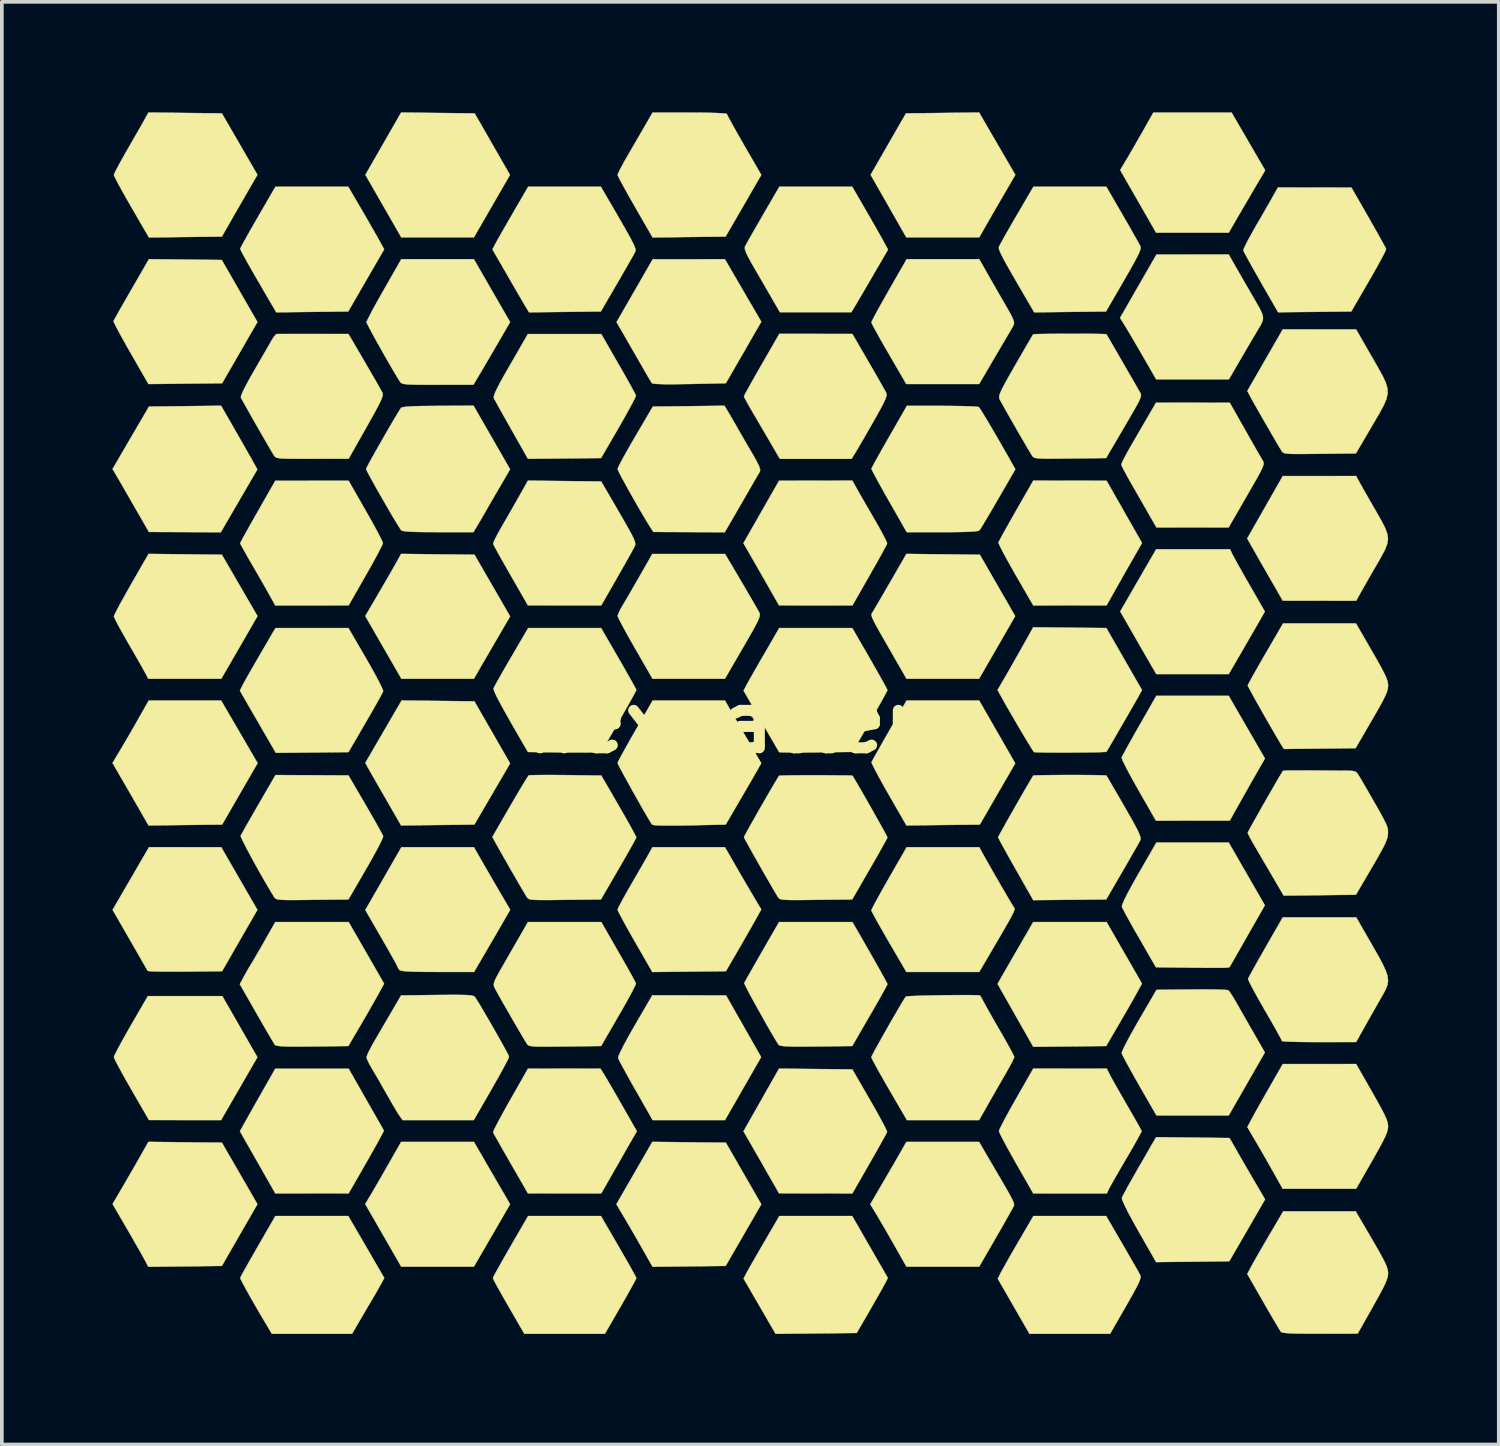
<source format=kicad_pcb>
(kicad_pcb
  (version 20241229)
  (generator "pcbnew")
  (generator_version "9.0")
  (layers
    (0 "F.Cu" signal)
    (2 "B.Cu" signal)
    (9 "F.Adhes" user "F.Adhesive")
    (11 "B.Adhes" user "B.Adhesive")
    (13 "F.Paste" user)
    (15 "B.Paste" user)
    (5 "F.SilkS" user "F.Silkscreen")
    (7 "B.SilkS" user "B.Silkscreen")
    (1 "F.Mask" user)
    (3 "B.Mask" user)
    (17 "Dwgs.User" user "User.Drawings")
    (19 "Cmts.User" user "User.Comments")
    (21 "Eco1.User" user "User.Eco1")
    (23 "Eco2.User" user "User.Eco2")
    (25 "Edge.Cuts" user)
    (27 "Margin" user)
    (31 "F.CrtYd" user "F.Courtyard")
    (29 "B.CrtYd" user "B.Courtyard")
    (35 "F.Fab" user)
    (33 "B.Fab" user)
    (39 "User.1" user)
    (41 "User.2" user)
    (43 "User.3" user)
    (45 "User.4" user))
  (footprint "hexpattern"
    (layer "F.Cu")
    (at 17.271 16.559)
    (property "Reference" "hexpattern" (at 0 0 0) (layer "F.SilkS") (effects (font (size 1.524 1.524) (thickness 0.3))))
    (attr through_hole)
    (fp_poly (pts (xy -7.437 -16.531) (xy -6.479 -14.861) (xy -6.969 -14.013) (xy -7.458 -13.166) (xy -9.428 -13.166) (xy -10.402 -14.864) (xy -9.917 -15.709) (xy -9.432 -16.554) (xy -7.437 -16.531)) (stroke (width 0.01) (type solid)) (fill yes) (layer "F.SilkS"))
    (fp_poly (pts (xy -7.445 -0.572) (xy -6.96 0.271) (xy -6.476 1.113) (xy -6.96 1.943) (xy -7.445 2.773) (xy -9.433 2.796) (xy -9.828 2.11) (xy -9.96 1.881) (xy -10.084 1.665) (xy -10.19 1.479) (xy -10.271 1.338) (xy -10.314 1.262) (xy -10.404 1.099) (xy -9.912 0.252) (xy -9.419 -0.594) (xy -7.445 -0.572)) (stroke (width 0.01) (type solid)) (fill yes) (layer "F.SilkS"))
    (fp_poly (pts (xy -6.967 12.233) (xy -6.476 13.079) (xy -6.967 13.927) (xy -7.459 14.774) (xy -9.429 14.774) (xy -9.918 13.923) (xy -10.407 13.073) (xy -10.263 12.833) (xy -10.192 12.712) (xy -10.089 12.536) (xy -9.968 12.326) (xy -9.839 12.101) (xy -9.776 11.991) (xy -9.432 11.388) (xy -7.457 11.388) (xy -6.967 12.233)) (stroke (width 0.01) (type solid)) (fill yes) (layer "F.SilkS"))
    (fp_poly (pts (xy -1.616 11.397) (xy -0.619 11.409) (xy -0.138 12.244) (xy 0.343 13.08) (xy -0.624 14.753) (xy -1.615 14.764) (xy -2.607 14.776) (xy -2.878 14.299) (xy -3.007 14.072) (xy -3.148 13.828) (xy -3.281 13.6) (xy -3.369 13.45) (xy -3.589 13.078) (xy -3.101 12.232) (xy -2.613 11.386) (xy -1.616 11.397)) (stroke (width 0.01) (type solid)) (fill yes) (layer "F.SilkS"))
    (fp_poly (pts (xy 14.02 -14.986) (xy 13.789 -14.594) (xy 13.668 -14.388) (xy 13.525 -14.144) (xy 13.382 -13.898) (xy 13.294 -13.748) (xy 13.031 -13.293) (xy 11.061 -13.293) (xy 10.086 -14.994) (xy 10.242 -15.255) (xy 10.324 -15.392) (xy 10.433 -15.58) (xy 10.556 -15.795) (xy 10.68 -16.012) (xy 10.692 -16.033) (xy 10.986 -16.552) (xy 12.048 -16.552) (xy 13.11 -16.552) (xy 14.02 -14.986)) (stroke (width 0.01) (type solid)) (fill yes) (layer "F.SilkS"))
    (fp_poly (pts (xy -13.824 0.256) (xy -13.329 1.105) (xy -13.811 1.939) (xy -14.292 2.773) (xy -16.289 2.796) (xy -16.417 2.573) (xy -16.482 2.459) (xy -16.579 2.29) (xy -16.697 2.085) (xy -16.826 1.861) (xy -16.905 1.726) (xy -17.266 1.102) (xy -17.045 0.731) (xy -16.931 0.538) (xy -16.794 0.304) (xy -16.654 0.061) (xy -16.554 -0.116) (xy -16.284 -0.593) (xy -14.318 -0.593) (xy -13.824 0.256)) (stroke (width 0.01) (type solid)) (fill yes) (layer "F.SilkS"))
    (fp_poly (pts (xy -8.438 -4.562) (xy -7.442 -4.551) (xy -6.958 -3.714) (xy -6.475 -2.877) (xy -6.765 -2.38) (xy -6.896 -2.156) (xy -7.033 -1.92) (xy -7.161 -1.699) (xy -7.257 -1.535) (xy -7.459 -1.185) (xy -9.425 -1.185) (xy -10.405 -2.887) (xy -10.042 -3.507) (xy -9.911 -3.732) (xy -9.785 -3.95) (xy -9.674 -4.142) (xy -9.59 -4.291) (xy -9.556 -4.351) (xy -9.433 -4.574) (xy -8.438 -4.562)) (stroke (width 0.01) (type solid)) (fill yes) (layer "F.SilkS"))
    (fp_poly (pts (xy 6.459 -16.204) (xy 6.562 -16.025) (xy 6.692 -15.803) (xy 6.83 -15.566) (xy 6.95 -15.359) (xy 7.239 -14.864) (xy 6.887 -14.258) (xy 6.756 -14.033) (xy 6.628 -13.812) (xy 6.515 -13.616) (xy 6.428 -13.464) (xy 6.396 -13.409) (xy 6.259 -13.166) (xy 4.281 -13.166) (xy 3.312 -14.864) (xy 3.792 -15.698) (xy 4.271 -16.531) (xy 5.264 -16.543) (xy 6.256 -16.554) (xy 6.459 -16.204)) (stroke (width 0.01) (type solid)) (fill yes) (layer "F.SilkS"))
    (fp_poly (pts (xy -1.614 7.409) (xy -0.614 7.41) (xy -0.137 8.248) (xy 0.339 9.085) (xy -0.152 9.94) (xy -0.643 10.795) (xy -2.605 10.795) (xy -3.063 9.991) (xy -3.199 9.752) (xy -3.32 9.533) (xy -3.421 9.348) (xy -3.495 9.208) (xy -3.536 9.125) (xy -3.541 9.111) (xy -3.527 9.048) (xy -3.47 8.921) (xy -3.376 8.736) (xy -3.247 8.5) (xy -3.088 8.221) (xy -2.614 7.408) (xy -1.614 7.409)) (stroke (width 0.01) (type solid)) (fill yes) (layer "F.SilkS"))
    (fp_poly (pts (xy 3.778 15.081) (xy 3.71 15.214) (xy 3.666 15.295) (xy 3.589 15.433) (xy 3.486 15.614) (xy 3.368 15.82) (xy 3.288 15.96) (xy 2.933 16.573) (xy 0.732 16.596) (xy 0.298 15.847) (xy -0.136 15.098) (xy -0.07 14.968) (xy -0.028 14.891) (xy 0.048 14.755) (xy 0.152 14.574) (xy 0.274 14.361) (xy 0.408 14.131) (xy 0.416 14.118) (xy 0.835 13.399) (xy 2.81 13.399) (xy 3.778 15.081)) (stroke (width 0.01) (type solid)) (fill yes) (layer "F.SilkS"))
    (fp_poly (pts (xy 9.716 5.42) (xy 10.196 6.255) (xy 10.676 7.09) (xy 10.541 7.336) (xy 10.472 7.459) (xy 10.372 7.636) (xy 10.251 7.846) (xy 10.12 8.071) (xy 10.056 8.183) (xy 9.705 8.784) (xy 7.726 8.805) (xy 7.242 7.952) (xy 6.758 7.099) (xy 6.856 6.926) (xy 6.909 6.832) (xy 6.996 6.681) (xy 7.107 6.489) (xy 7.233 6.271) (xy 7.34 6.086) (xy 7.726 5.419) (xy 9.716 5.42)) (stroke (width 0.01) (type solid)) (fill yes) (layer "F.SilkS"))
    (fp_poly (pts (xy -15.295 11.397) (xy -14.298 11.409) (xy -13.816 12.243) (xy -13.334 13.077) (xy -13.817 13.915) (xy -14.299 14.753) (xy -15.298 14.765) (xy -16.296 14.776) (xy -16.378 14.616) (xy -16.426 14.529) (xy -16.507 14.383) (xy -16.615 14.194) (xy -16.739 13.978) (xy -16.862 13.765) (xy -17.264 13.073) (xy -16.988 12.601) (xy -16.857 12.376) (xy -16.717 12.134) (xy -16.587 11.907) (xy -16.502 11.757) (xy -16.292 11.386) (xy -15.295 11.397)) (stroke (width 0.01) (type solid)) (fill yes) (layer "F.SilkS"))
    (fp_poly (pts (xy -13.826 4.237) (xy -13.335 5.088) (xy -13.814 5.92) (xy -14.293 6.752) (xy -15.292 6.764) (xy -15.575 6.765) (xy -15.828 6.765) (xy -16.039 6.761) (xy -16.198 6.756) (xy -16.292 6.748) (xy -16.312 6.742) (xy -16.338 6.698) (xy -16.399 6.591) (xy -16.491 6.432) (xy -16.605 6.233) (xy -16.736 6.005) (xy -16.797 5.899) (xy -17.264 5.088) (xy -16.277 3.388) (xy -15.297 3.387) (xy -14.317 3.387) (xy -13.826 4.237)) (stroke (width 0.01) (type solid)) (fill yes) (layer "F.SilkS"))
    (fp_poly (pts (xy -13.811 8.259) (xy -13.335 9.088) (xy -13.828 9.942) (xy -14.322 10.795) (xy -15.299 10.794) (xy -16.277 10.793) (xy -16.753 9.969) (xy -16.891 9.728) (xy -17.013 9.509) (xy -17.114 9.324) (xy -17.186 9.184) (xy -17.225 9.1) (xy -17.23 9.084) (xy -17.209 9.03) (xy -17.152 8.916) (xy -17.064 8.752) (xy -16.952 8.549) (xy -16.822 8.319) (xy -16.769 8.226) (xy -16.307 7.429) (xy -14.287 7.429) (xy -13.811 8.259)) (stroke (width 0.01) (type solid)) (fill yes) (layer "F.SilkS"))
    (fp_poly (pts (xy -10.379 10.241) (xy -9.9 11.082) (xy -9.998 11.269) (xy -10.052 11.368) (xy -10.138 11.523) (xy -10.249 11.719) (xy -10.374 11.94) (xy -10.477 12.12) (xy -10.858 12.784) (xy -12.848 12.783) (xy -13.328 11.94) (xy -13.808 11.098) (xy -13.646 10.807) (xy -13.564 10.661) (xy -13.453 10.465) (xy -13.327 10.241) (xy -13.197 10.014) (xy -13.166 9.958) (xy -12.848 9.4) (xy -11.853 9.4) (xy -10.858 9.4) (xy -10.379 10.241)) (stroke (width 0.01) (type solid)) (fill yes) (layer "F.SilkS"))
    (fp_poly (pts (xy 6.747 0.259) (xy 7.236 1.111) (xy 6.755 1.942) (xy 6.275 2.773) (xy 5.279 2.784) (xy 4.284 2.796) (xy 3.803 1.96) (xy 3.666 1.719) (xy 3.546 1.501) (xy 3.447 1.317) (xy 3.377 1.179) (xy 3.34 1.098) (xy 3.337 1.081) (xy 3.361 1.033) (xy 3.421 0.923) (xy 3.512 0.762) (xy 3.625 0.561) (xy 3.756 0.331) (xy 3.819 0.222) (xy 4.287 -0.593) (xy 6.258 -0.593) (xy 6.747 0.259)) (stroke (width 0.01) (type solid)) (fill yes) (layer "F.SilkS"))
    (fp_poly (pts (xy -15.29 -12.563) (xy -14.302 -12.552) (xy -13.818 -11.71) (xy -13.334 -10.868) (xy -13.813 -10.038) (xy -14.292 -9.207) (xy -15.292 -9.196) (xy -16.291 -9.185) (xy -16.771 -10.02) (xy -16.908 -10.261) (xy -17.029 -10.478) (xy -17.128 -10.66) (xy -17.198 -10.797) (xy -17.235 -10.877) (xy -17.239 -10.893) (xy -17.215 -10.939) (xy -17.155 -11.048) (xy -17.065 -11.208) (xy -16.951 -11.408) (xy -16.819 -11.637) (xy -16.752 -11.753) (xy -16.278 -12.574) (xy -15.29 -12.563)) (stroke (width 0.01) (type solid)) (fill yes) (layer "F.SilkS"))
    (fp_poly (pts (xy -13.949 -7.949) (xy -13.818 -7.72) (xy -13.692 -7.499) (xy -13.582 -7.305) (xy -13.496 -7.155) (xy -13.458 -7.085) (xy -13.336 -6.868) (xy -13.832 -6.015) (xy -14.328 -5.162) (xy -15.303 -5.166) (xy -16.278 -5.17) (xy -16.648 -5.813) (xy -16.779 -6.041) (xy -16.905 -6.26) (xy -17.016 -6.452) (xy -17.102 -6.601) (xy -17.141 -6.668) (xy -17.265 -6.879) (xy -16.771 -7.726) (xy -16.277 -8.572) (xy -15.298 -8.584) (xy -14.32 -8.595) (xy -13.949 -7.949)) (stroke (width 0.01) (type solid)) (fill yes) (layer "F.SilkS"))
    (fp_poly (pts (xy -0.151 -11.724) (xy 0.343 -10.876) (xy -0.138 -10.042) (xy -0.619 -9.207) (xy -1.604 -9.186) (xy -1.955 -9.181) (xy -2.236 -9.18) (xy -2.443 -9.185) (xy -2.574 -9.194) (xy -2.623 -9.207) (xy -2.659 -9.262) (xy -2.723 -9.37) (xy -2.804 -9.51) (xy -2.825 -9.546) (xy -2.912 -9.699) (xy -3.028 -9.9) (xy -3.156 -10.123) (xy -3.283 -10.343) (xy -3.289 -10.354) (xy -3.585 -10.865) (xy -3.094 -11.718) (xy -2.603 -12.572) (xy -1.624 -12.572) (xy -0.645 -12.573) (xy -0.151 -11.724)) (stroke (width 0.01) (type solid)) (fill yes) (layer "F.SilkS"))
    (fp_poly (pts (xy -10.518 -13.94) (xy -10.387 -13.715) (xy -10.26 -13.494) (xy -10.147 -13.297) (xy -10.061 -13.143) (xy -10.031 -13.09) (xy -9.894 -12.841) (xy -10.382 -11.998) (xy -10.869 -11.155) (xy -12.821 -11.132) (xy -13.051 -11.524) (xy -13.276 -11.911) (xy -13.463 -12.234) (xy -13.609 -12.492) (xy -13.715 -12.683) (xy -13.779 -12.805) (xy -13.8 -12.857) (xy -13.779 -12.901) (xy -13.722 -13.009) (xy -13.634 -13.167) (xy -13.522 -13.366) (xy -13.391 -13.595) (xy -13.321 -13.716) (xy -12.843 -14.541) (xy -10.869 -14.541) (xy -10.518 -13.94)) (stroke (width 0.01) (type solid)) (fill yes) (layer "F.SilkS"))
    (fp_poly (pts (xy 5.28 -4.562) (xy 6.276 -4.551) (xy 6.755 -3.718) (xy 7.235 -2.885) (xy 6.745 -2.035) (xy 6.255 -1.185) (xy 4.286 -1.185) (xy 4 -1.683) (xy 3.81 -2.013) (xy 3.659 -2.277) (xy 3.541 -2.483) (xy 3.455 -2.64) (xy 3.395 -2.755) (xy 3.357 -2.836) (xy 3.339 -2.891) (xy 3.335 -2.928) (xy 3.343 -2.955) (xy 3.357 -2.979) (xy 3.361 -2.984) (xy 3.398 -3.046) (xy 3.47 -3.168) (xy 3.57 -3.339) (xy 3.69 -3.545) (xy 3.823 -3.775) (xy 3.85 -3.821) (xy 4.284 -4.574) (xy 5.28 -4.562)) (stroke (width 0.01) (type solid)) (fill yes) (layer "F.SilkS"))
    (fp_poly (pts (xy 8.721 -6.56) (xy 9.716 -6.559) (xy 10.197 -5.714) (xy 10.678 -4.87) (xy 10.477 -4.52) (xy 10.374 -4.34) (xy 10.246 -4.117) (xy 10.111 -3.878) (xy 9.996 -3.674) (xy 9.716 -3.178) (xy 8.721 -3.177) (xy 7.726 -3.176) (xy 7.247 -4.005) (xy 7.11 -4.246) (xy 6.989 -4.464) (xy 6.891 -4.647) (xy 6.821 -4.786) (xy 6.785 -4.868) (xy 6.782 -4.884) (xy 6.806 -4.934) (xy 6.866 -5.046) (xy 6.955 -5.209) (xy 7.069 -5.411) (xy 7.199 -5.642) (xy 7.26 -5.748) (xy 7.726 -6.562) (xy 8.721 -6.56)) (stroke (width 0.01) (type solid)) (fill yes) (layer "F.SilkS"))
    (fp_poly (pts (xy 12.057 11.27) (xy 13.053 11.282) (xy 13.283 11.684) (xy 13.407 11.901) (xy 13.552 12.151) (xy 13.695 12.397) (xy 13.765 12.517) (xy 14.018 12.947) (xy 13.532 13.787) (xy 13.047 14.626) (xy 12.054 14.638) (xy 11.061 14.649) (xy 10.586 13.817) (xy 10.433 13.544) (xy 10.307 13.31) (xy 10.212 13.121) (xy 10.151 12.986) (xy 10.13 12.914) (xy 10.131 12.909) (xy 10.157 12.851) (xy 10.22 12.732) (xy 10.312 12.564) (xy 10.427 12.359) (xy 10.559 12.128) (xy 10.606 12.047) (xy 11.061 11.259) (xy 12.057 11.27)) (stroke (width 0.01) (type solid)) (fill yes) (layer "F.SilkS"))
    (fp_poly (pts (xy 13.12 -4.584) (xy 13.157 -4.513) (xy 13.229 -4.381) (xy 13.328 -4.203) (xy 13.447 -3.992) (xy 13.579 -3.762) (xy 13.592 -3.739) (xy 14.012 -3.009) (xy 13.774 -2.594) (xy 13.646 -2.372) (xy 13.498 -2.116) (xy 13.354 -1.867) (xy 13.283 -1.746) (xy 13.031 -1.312) (xy 11.067 -1.312) (xy 10.986 -1.45) (xy 10.939 -1.53) (xy 10.859 -1.669) (xy 10.753 -1.852) (xy 10.629 -2.067) (xy 10.496 -2.298) (xy 10.496 -2.3) (xy 10.087 -3.012) (xy 10.574 -3.855) (xy 11.062 -4.699) (xy 13.067 -4.699) (xy 13.12 -4.584)) (stroke (width 0.01) (type solid)) (fill yes) (layer "F.SilkS"))
    (fp_poly (pts (xy 1.82 9.409) (xy 2.815 9.419) (xy 3.292 10.245) (xy 3.43 10.485) (xy 3.55 10.701) (xy 3.649 10.883) (xy 3.719 11.02) (xy 3.755 11.1) (xy 3.758 11.115) (xy 3.735 11.164) (xy 3.675 11.274) (xy 3.585 11.436) (xy 3.472 11.637) (xy 3.342 11.867) (xy 3.281 11.972) (xy 2.816 12.785) (xy 1.821 12.783) (xy 0.826 12.782) (xy 0.423 12.078) (xy 0.292 11.848) (xy 0.169 11.634) (xy 0.065 11.452) (xy -0.015 11.314) (xy -0.059 11.237) (xy -0.139 11.099) (xy 0.343 10.249) (xy 0.826 9.399) (xy 1.82 9.409)) (stroke (width 0.01) (type solid)) (fill yes) (layer "F.SilkS"))
    (fp_poly (pts (xy -15.294 -4.562) (xy -14.299 -4.551) (xy -13.816 -3.718) (xy -13.332 -2.886) (xy -13.572 -2.47) (xy -13.701 -2.246) (xy -13.849 -1.99) (xy -13.994 -1.74) (xy -14.064 -1.619) (xy -14.316 -1.185) (xy -16.296 -1.185) (xy -16.367 -1.323) (xy -16.411 -1.403) (xy -16.489 -1.542) (xy -16.593 -1.725) (xy -16.715 -1.937) (xy -16.834 -2.142) (xy -16.959 -2.361) (xy -17.068 -2.556) (xy -17.154 -2.716) (xy -17.21 -2.828) (xy -17.23 -2.879) (xy -17.209 -2.93) (xy -17.152 -3.043) (xy -17.065 -3.207) (xy -16.953 -3.41) (xy -16.823 -3.641) (xy -16.759 -3.754) (xy -16.288 -4.574) (xy -15.294 -4.562)) (stroke (width 0.01) (type solid)) (fill yes) (layer "F.SilkS"))
    (fp_poly (pts (xy -10.379 14.24) (xy -9.891 15.082) (xy -10.01 15.299) (xy -10.102 15.462) (xy -10.201 15.633) (xy -10.244 15.706) (xy -10.319 15.831) (xy -10.418 16) (xy -10.525 16.182) (xy -10.562 16.245) (xy -10.765 16.595) (xy -12.941 16.595) (xy -13.124 16.288) (xy -13.259 16.061) (xy -13.392 15.831) (xy -13.517 15.612) (xy -13.627 15.416) (xy -13.716 15.254) (xy -13.775 15.139) (xy -13.799 15.083) (xy -13.8 15.082) (xy -13.779 15.037) (xy -13.722 14.93) (xy -13.634 14.772) (xy -13.522 14.574) (xy -13.391 14.345) (xy -13.322 14.224) (xy -12.845 13.399) (xy -10.868 13.399) (xy -10.379 14.24)) (stroke (width 0.01) (type solid)) (fill yes) (layer "F.SilkS"))
    (fp_poly (pts (xy 13.306 -0.243) (xy 13.437 -0.017) (xy 13.578 0.226) (xy 13.71 0.455) (xy 13.798 0.607) (xy 14.014 0.98) (xy 13.803 1.347) (xy 13.693 1.539) (xy 13.561 1.772) (xy 13.425 2.014) (xy 13.326 2.19) (xy 13.06 2.665) (xy 12.059 2.666) (xy 11.057 2.667) (xy 10.584 1.841) (xy 10.448 1.6) (xy 10.329 1.382) (xy 10.232 1.197) (xy 10.163 1.058) (xy 10.128 0.974) (xy 10.125 0.958) (xy 10.149 0.905) (xy 10.21 0.791) (xy 10.3 0.626) (xy 10.414 0.423) (xy 10.544 0.192) (xy 10.603 0.09) (xy 11.066 -0.72) (xy 13.032 -0.72) (xy 13.306 -0.243)) (stroke (width 0.01) (type solid)) (fill yes) (layer "F.SilkS"))
    (fp_poly (pts (xy -3.53 14.224) (xy -3.392 14.463) (xy -3.269 14.678) (xy -3.168 14.858) (xy -3.094 14.992) (xy -3.055 15.07) (xy -3.049 15.084) (xy -3.069 15.129) (xy -3.125 15.236) (xy -3.212 15.393) (xy -3.322 15.589) (xy -3.449 15.811) (xy -3.475 15.856) (xy -3.902 16.595) (xy -6.088 16.595) (xy -6.515 15.856) (xy -6.645 15.63) (xy -6.759 15.429) (xy -6.851 15.263) (xy -6.913 15.146) (xy -6.941 15.087) (xy -6.942 15.084) (xy -6.921 15.039) (xy -6.864 14.931) (xy -6.776 14.773) (xy -6.664 14.574) (xy -6.533 14.345) (xy -6.463 14.224) (xy -5.985 13.399) (xy -4.01 13.399) (xy -3.53 14.224)) (stroke (width 0.01) (type solid)) (fill yes) (layer "F.SilkS"))
    (fp_poly (pts (xy 2.939 -6.339) (xy 3.003 -6.225) (xy 3.1 -6.057) (xy 3.218 -5.852) (xy 3.347 -5.631) (xy 3.417 -5.509) (xy 3.535 -5.304) (xy 3.634 -5.122) (xy 3.709 -4.977) (xy 3.752 -4.883) (xy 3.759 -4.853) (xy 3.735 -4.803) (xy 3.675 -4.692) (xy 3.586 -4.529) (xy 3.473 -4.327) (xy 3.342 -4.097) (xy 3.282 -3.99) (xy 2.817 -3.175) (xy 1.821 -3.176) (xy 0.826 -3.177) (xy 0.434 -3.864) (xy 0.303 -4.093) (xy 0.18 -4.308) (xy 0.074 -4.493) (xy -0.007 -4.633) (xy -0.05 -4.707) (xy -0.141 -4.864) (xy 0.826 -6.559) (xy 1.82 -6.56) (xy 2.815 -6.562) (xy 2.939 -6.339)) (stroke (width 0.01) (type solid)) (fill yes) (layer "F.SilkS"))
    (fp_poly (pts (xy 10.147 14.161) (xy 10.282 14.394) (xy 10.405 14.608) (xy 10.509 14.788) (xy 10.585 14.923) (xy 10.627 15.001) (xy 10.632 15.009) (xy 10.64 15.05) (xy 10.628 15.111) (xy 10.593 15.203) (xy 10.528 15.334) (xy 10.43 15.515) (xy 10.294 15.755) (xy 10.243 15.845) (xy 9.811 16.595) (xy 7.624 16.595) (xy 7.458 16.309) (xy 7.369 16.154) (xy 7.253 15.953) (xy 7.128 15.735) (xy 7.028 15.561) (xy 6.763 15.1) (xy 6.851 14.926) (xy 6.901 14.834) (xy 6.985 14.684) (xy 7.094 14.491) (xy 7.22 14.273) (xy 7.335 14.076) (xy 7.73 13.399) (xy 9.704 13.399) (xy 10.147 14.161)) (stroke (width 0.01) (type solid)) (fill yes) (layer "F.SilkS"))
    (fp_poly (pts (xy -10.384 -1.736) (xy -10.246 -1.495) (xy -10.125 -1.276) (xy -10.027 -1.09) (xy -9.958 -0.949) (xy -9.923 -0.864) (xy -9.92 -0.847) (xy -9.946 -0.793) (xy -10.008 -0.677) (xy -10.1 -0.512) (xy -10.215 -0.309) (xy -10.348 -0.079) (xy -10.4 0.011) (xy -10.863 0.806) (xy -11.848 0.816) (xy -12.832 0.826) (xy -13.005 0.529) (xy -13.091 0.38) (xy -13.206 0.182) (xy -13.336 -0.043) (xy -13.467 -0.269) (xy -13.494 -0.315) (xy -13.809 -0.863) (xy -13.722 -1.035) (xy -13.672 -1.127) (xy -13.588 -1.277) (xy -13.479 -1.468) (xy -13.353 -1.686) (xy -13.238 -1.884) (xy -12.843 -2.561) (xy -10.864 -2.561) (xy -10.384 -1.736)) (stroke (width 0.01) (type solid)) (fill yes) (layer "F.SilkS"))
    (fp_poly (pts (xy -3.535 -9.73) (xy -3.398 -9.492) (xy -3.277 -9.277) (xy -3.177 -9.097) (xy -3.104 -8.963) (xy -3.064 -8.886) (xy -3.059 -8.873) (xy -3.077 -8.824) (xy -3.131 -8.714) (xy -3.217 -8.553) (xy -3.328 -8.352) (xy -3.458 -8.122) (xy -3.527 -8.001) (xy -4.006 -7.176) (xy -4.998 -7.166) (xy -5.99 -7.156) (xy -6.435 -7.941) (xy -6.569 -8.178) (xy -6.69 -8.394) (xy -6.792 -8.576) (xy -6.867 -8.713) (xy -6.91 -8.792) (xy -6.915 -8.802) (xy -6.917 -8.847) (xy -6.892 -8.926) (xy -6.838 -9.047) (xy -6.749 -9.218) (xy -6.623 -9.446) (xy -6.471 -9.71) (xy -5.992 -10.541) (xy -4 -10.541) (xy -3.535 -9.73)) (stroke (width 0.01) (type solid)) (fill yes) (layer "F.SilkS"))
    (fp_poly (pts (xy -7.319 3.63) (xy -7.249 3.752) (xy -7.147 3.928) (xy -7.026 4.138) (xy -6.895 4.364) (xy -6.827 4.48) (xy -6.473 5.086) (xy -6.673 5.432) (xy -6.775 5.609) (xy -6.903 5.83) (xy -7.041 6.066) (xy -7.163 6.276) (xy -7.454 6.773) (xy -8.439 6.773) (xy -8.787 6.772) (xy -9.058 6.767) (xy -9.256 6.759) (xy -9.388 6.747) (xy -9.46 6.731) (xy -9.474 6.723) (xy -9.519 6.663) (xy -9.525 6.643) (xy -9.545 6.599) (xy -9.602 6.493) (xy -9.689 6.337) (xy -9.799 6.141) (xy -9.927 5.918) (xy -9.964 5.853) (xy -10.404 5.092) (xy -9.914 4.239) (xy -9.424 3.387) (xy -7.457 3.387) (xy -7.319 3.63)) (stroke (width 0.01) (type solid)) (fill yes) (layer "F.SilkS"))
    (fp_poly (pts (xy -3.923 9.557) (xy -3.87 9.644) (xy -3.784 9.791) (xy -3.674 9.98) (xy -3.548 10.198) (xy -3.429 10.407) (xy -3.035 11.098) (xy -3.116 11.237) (xy -3.162 11.317) (xy -3.242 11.456) (xy -3.348 11.64) (xy -3.47 11.855) (xy -3.598 12.079) (xy -4 12.783) (xy -4.995 12.783) (xy -5.99 12.784) (xy -6.456 11.974) (xy -6.592 11.737) (xy -6.714 11.523) (xy -6.815 11.345) (xy -6.889 11.213) (xy -6.93 11.138) (xy -6.936 11.127) (xy -6.92 11.081) (xy -6.868 10.972) (xy -6.784 10.812) (xy -6.675 10.611) (xy -6.547 10.38) (xy -6.47 10.245) (xy -5.99 9.401) (xy -5.006 9.399) (xy -4.023 9.398) (xy -3.923 9.557)) (stroke (width 0.01) (type solid)) (fill yes) (layer "F.SilkS"))
    (fp_poly (pts (xy -0.358 3.884) (xy -0.228 4.109) (xy -0.09 4.346) (xy 0.039 4.566) (xy 0.136 4.73) (xy 0.343 5.078) (xy 0.086 5.534) (xy -0.043 5.76) (xy -0.184 6.007) (xy -0.318 6.239) (xy -0.395 6.371) (xy -0.618 6.752) (xy -2.614 6.775) (xy -3.085 5.955) (xy -3.222 5.715) (xy -3.343 5.498) (xy -3.442 5.315) (xy -3.514 5.178) (xy -3.552 5.098) (xy -3.556 5.083) (xy -3.536 5.03) (xy -3.479 4.918) (xy -3.393 4.759) (xy -3.284 4.566) (xy -3.182 4.388) (xy -3.052 4.164) (xy -2.929 3.952) (xy -2.823 3.768) (xy -2.744 3.629) (xy -2.709 3.567) (xy -2.609 3.387) (xy -0.643 3.387) (xy -0.358 3.884)) (stroke (width 0.01) (type solid)) (fill yes) (layer "F.SilkS"))
    (fp_poly (pts (xy 16.598 -6.487) (xy 16.659 -6.378) (xy 16.752 -6.215) (xy 16.865 -6.017) (xy 16.988 -5.804) (xy 17.032 -5.727) (xy 17.176 -5.475) (xy 17.277 -5.278) (xy 17.336 -5.118) (xy 17.355 -4.978) (xy 17.332 -4.839) (xy 17.271 -4.684) (xy 17.17 -4.496) (xy 17.096 -4.366) (xy 16.973 -4.153) (xy 16.845 -3.931) (xy 16.73 -3.729) (xy 16.662 -3.609) (xy 16.489 -3.302) (xy 15.494 -3.304) (xy 14.499 -3.305) (xy 14.118 -3.968) (xy 13.987 -4.196) (xy 13.864 -4.412) (xy 13.757 -4.599) (xy 13.675 -4.742) (xy 13.636 -4.812) (xy 13.534 -4.993) (xy 14.017 -5.84) (xy 14.499 -6.687) (xy 15.494 -6.687) (xy 16.489 -6.688) (xy 16.598 -6.487)) (stroke (width 0.01) (type solid)) (fill yes) (layer "F.SilkS"))
    (fp_poly (pts (xy 16.923 10.032) (xy 17.075 10.301) (xy 17.188 10.509) (xy 17.268 10.666) (xy 17.319 10.785) (xy 17.347 10.877) (xy 17.356 10.952) (xy 17.357 10.967) (xy 17.35 11.04) (xy 17.326 11.127) (xy 17.281 11.239) (xy 17.208 11.388) (xy 17.102 11.583) (xy 16.959 11.837) (xy 16.923 11.9) (xy 16.489 12.658) (xy 14.497 12.658) (xy 14.253 12.224) (xy 14.124 11.996) (xy 13.979 11.741) (xy 13.839 11.5) (xy 13.774 11.388) (xy 13.538 10.986) (xy 13.661 10.753) (xy 13.725 10.635) (xy 13.821 10.463) (xy 13.938 10.255) (xy 14.066 10.03) (xy 14.142 9.897) (xy 14.499 9.274) (xy 15.494 9.274) (xy 16.489 9.273) (xy 16.923 10.032)) (stroke (width 0.01) (type solid)) (fill yes) (layer "F.SilkS"))
    (fp_poly (pts (xy 13.521 4.112) (xy 14.012 4.964) (xy 13.538 5.794) (xy 13.402 6.034) (xy 13.28 6.247) (xy 13.179 6.425) (xy 13.104 6.555) (xy 13.062 6.628) (xy 13.055 6.639) (xy 13.037 6.649) (xy 12.989 6.655) (xy 12.903 6.66) (xy 12.77 6.662) (xy 12.581 6.662) (xy 12.327 6.66) (xy 11.998 6.657) (xy 11.952 6.656) (xy 11.056 6.645) (xy 10.604 5.861) (xy 10.468 5.625) (xy 10.347 5.409) (xy 10.247 5.228) (xy 10.174 5.091) (xy 10.135 5.011) (xy 10.131 5) (xy 10.146 4.937) (xy 10.202 4.808) (xy 10.296 4.621) (xy 10.426 4.382) (xy 10.587 4.097) (xy 10.591 4.092) (xy 11.07 3.26) (xy 13.03 3.26) (xy 13.521 4.112)) (stroke (width 0.01) (type solid)) (fill yes) (layer "F.SilkS"))
    (fp_poly (pts (xy -15.295 -16.543) (xy -14.299 -16.531) (xy -14.066 -16.129) (xy -13.94 -15.912) (xy -13.795 -15.661) (xy -13.652 -15.414) (xy -13.583 -15.295) (xy -13.334 -14.864) (xy -13.575 -14.449) (xy -13.706 -14.222) (xy -13.855 -13.964) (xy -13.998 -13.715) (xy -14.057 -13.61) (xy -14.299 -13.187) (xy -15.288 -13.176) (xy -16.278 -13.164) (xy -16.754 -13.985) (xy -16.892 -14.225) (xy -17.014 -14.442) (xy -17.114 -14.625) (xy -17.186 -14.763) (xy -17.225 -14.844) (xy -17.23 -14.86) (xy -17.209 -14.913) (xy -17.153 -15.025) (xy -17.068 -15.184) (xy -16.962 -15.374) (xy -16.884 -15.51) (xy -16.756 -15.733) (xy -16.633 -15.948) (xy -16.524 -16.137) (xy -16.442 -16.282) (xy -16.415 -16.331) (xy -16.291 -16.554) (xy -15.295 -16.543)) (stroke (width 0.01) (type solid)) (fill yes) (layer "F.SilkS"))
    (fp_poly (pts (xy 12.55 7.249) (xy 12.759 7.253) (xy 12.915 7.259) (xy 13.005 7.267) (xy 13.021 7.271) (xy 13.061 7.32) (xy 13.13 7.425) (xy 13.215 7.567) (xy 13.258 7.641) (xy 13.357 7.816) (xy 13.482 8.035) (xy 13.616 8.269) (xy 13.731 8.469) (xy 14.012 8.959) (xy 13.522 9.814) (xy 13.031 10.668) (xy 12.051 10.668) (xy 11.07 10.667) (xy 10.604 9.857) (xy 10.468 9.617) (xy 10.346 9.399) (xy 10.245 9.214) (xy 10.171 9.075) (xy 10.132 8.992) (xy 10.126 8.977) (xy 10.143 8.921) (xy 10.198 8.804) (xy 10.283 8.637) (xy 10.395 8.432) (xy 10.525 8.2) (xy 10.593 8.083) (xy 11.072 7.26) (xy 12.023 7.25) (xy 12.3 7.248) (xy 12.55 7.249)) (stroke (width 0.01) (type solid)) (fill yes) (layer "F.SilkS"))
    (fp_poly (pts (xy -10.858 -6.558) (xy -10.393 -5.745) (xy -10.257 -5.505) (xy -10.137 -5.288) (xy -10.039 -5.104) (xy -9.968 -4.965) (xy -9.931 -4.883) (xy -9.927 -4.868) (xy -9.947 -4.814) (xy -10.004 -4.699) (xy -10.091 -4.533) (xy -10.203 -4.328) (xy -10.333 -4.097) (xy -10.393 -3.991) (xy -10.858 -3.177) (xy -11.853 -3.176) (xy -12.848 -3.176) (xy -13.007 -3.461) (xy -13.088 -3.605) (xy -13.198 -3.799) (xy -13.325 -4.02) (xy -13.455 -4.244) (xy -13.483 -4.292) (xy -13.594 -4.484) (xy -13.688 -4.651) (xy -13.758 -4.777) (xy -13.796 -4.85) (xy -13.801 -4.863) (xy -13.781 -4.905) (xy -13.724 -5.011) (xy -13.638 -5.168) (xy -13.527 -5.366) (xy -13.397 -5.595) (xy -13.324 -5.724) (xy -12.848 -6.559) (xy -10.858 -6.558)) (stroke (width 0.01) (type solid)) (fill yes) (layer "F.SilkS"))
    (fp_poly (pts (xy -6.475 -10.866) (xy -6.822 -10.269) (xy -6.953 -10.044) (xy -7.083 -9.822) (xy -7.199 -9.624) (xy -7.29 -9.47) (xy -7.32 -9.419) (xy -7.472 -9.165) (xy -8.441 -9.165) (xy -8.752 -9.166) (xy -8.99 -9.167) (xy -9.164 -9.171) (xy -9.286 -9.178) (xy -9.366 -9.189) (xy -9.416 -9.204) (xy -9.446 -9.226) (xy -9.464 -9.25) (xy -9.542 -9.376) (xy -9.643 -9.545) (xy -9.758 -9.743) (xy -9.882 -9.958) (xy -10.005 -10.177) (xy -10.122 -10.385) (xy -10.224 -10.572) (xy -10.304 -10.722) (xy -10.356 -10.824) (xy -10.372 -10.864) (xy -10.351 -10.916) (xy -10.295 -11.03) (xy -10.208 -11.195) (xy -10.096 -11.399) (xy -9.966 -11.631) (xy -9.9 -11.747) (xy -9.428 -12.573) (xy -7.459 -12.573) (xy -6.475 -10.866)) (stroke (width 0.01) (type solid)) (fill yes) (layer "F.SilkS"))
    (fp_poly (pts (xy -4.997 -6.551) (xy -4.003 -6.54) (xy -3.523 -5.716) (xy -3.368 -5.447) (xy -3.251 -5.241) (xy -3.168 -5.087) (xy -3.115 -4.977) (xy -3.086 -4.899) (xy -3.078 -4.843) (xy -3.085 -4.801) (xy -3.092 -4.784) (xy -3.127 -4.716) (xy -3.197 -4.587) (xy -3.296 -4.411) (xy -3.415 -4.201) (xy -3.547 -3.969) (xy -3.57 -3.928) (xy -4 -3.178) (xy -5.99 -3.177) (xy -6.456 -3.988) (xy -6.592 -4.226) (xy -6.714 -4.441) (xy -6.815 -4.621) (xy -6.888 -4.756) (xy -6.928 -4.833) (xy -6.934 -4.846) (xy -6.918 -4.9) (xy -6.868 -5.009) (xy -6.79 -5.157) (xy -6.713 -5.294) (xy -6.588 -5.51) (xy -6.444 -5.761) (xy -6.303 -6.008) (xy -6.235 -6.128) (xy -5.99 -6.562) (xy -4.997 -6.551)) (stroke (width 0.01) (type solid)) (fill yes) (layer "F.SilkS"))
    (fp_poly (pts (xy -1.318 -16.551) (xy -1.066 -16.547) (xy -0.857 -16.541) (xy -0.701 -16.532) (xy -0.611 -16.523) (xy -0.593 -16.516) (xy -0.572 -16.47) (xy -0.515 -16.363) (xy -0.428 -16.204) (xy -0.316 -16.005) (xy -0.186 -15.777) (xy -0.125 -15.671) (xy 0.343 -14.862) (xy -0.141 -14.024) (xy -0.626 -13.187) (xy -1.616 -13.176) (xy -2.606 -13.164) (xy -3.081 -13.988) (xy -3.218 -14.228) (xy -3.34 -14.446) (xy -3.44 -14.629) (xy -3.513 -14.766) (xy -3.551 -14.847) (xy -3.556 -14.863) (xy -3.536 -14.917) (xy -3.481 -15.028) (xy -3.399 -15.18) (xy -3.299 -15.357) (xy -3.296 -15.362) (xy -3.167 -15.585) (xy -3.027 -15.827) (xy -2.895 -16.054) (xy -2.821 -16.182) (xy -2.607 -16.552) (xy -1.6 -16.552) (xy -1.318 -16.551)) (stroke (width 0.01) (type solid)) (fill yes) (layer "F.SilkS"))
    (fp_poly (pts (xy -0.434 -4.223) (xy -0.281 -3.964) (xy -0.132 -3.71) (xy 0.006 -3.474) (xy 0.125 -3.269) (xy 0.218 -3.106) (xy 0.279 -2.999) (xy 0.291 -2.975) (xy 0.303 -2.938) (xy 0.3 -2.889) (xy 0.278 -2.818) (xy 0.231 -2.716) (xy 0.156 -2.573) (xy 0.048 -2.38) (xy -0.098 -2.126) (xy -0.152 -2.033) (xy -0.644 -1.185) (xy -2.608 -1.185) (xy -3.082 -2.009) (xy -3.219 -2.25) (xy -3.341 -2.468) (xy -3.441 -2.653) (xy -3.513 -2.792) (xy -3.551 -2.874) (xy -3.556 -2.89) (xy -3.535 -2.955) (xy -3.482 -3.065) (xy -3.418 -3.177) (xy -3.347 -3.297) (xy -3.246 -3.47) (xy -3.126 -3.678) (xy -2.999 -3.899) (xy -2.947 -3.99) (xy -2.614 -4.572) (xy -0.641 -4.572) (xy -0.434 -4.223)) (stroke (width 0.01) (type solid)) (fill yes) (layer "F.SilkS"))
    (fp_poly (pts (xy 3.154 -13.949) (xy 3.284 -13.723) (xy 3.412 -13.501) (xy 3.525 -13.301) (xy 3.613 -13.145) (xy 3.64 -13.096) (xy 3.783 -12.835) (xy 3.43 -12.228) (xy 3.299 -12.002) (xy 3.17 -11.781) (xy 3.055 -11.585) (xy 2.965 -11.432) (xy 2.933 -11.377) (xy 2.788 -11.134) (xy 0.85 -11.134) (xy 0.685 -11.419) (xy 0.603 -11.562) (xy 0.491 -11.755) (xy 0.363 -11.977) (xy 0.231 -12.204) (xy 0.192 -12.271) (xy 0.065 -12.493) (xy -0.023 -12.655) (xy -0.076 -12.769) (xy -0.101 -12.847) (xy -0.102 -12.901) (xy -0.093 -12.927) (xy -0.059 -12.99) (xy 0.011 -13.114) (xy 0.108 -13.286) (xy 0.228 -13.493) (xy 0.361 -13.724) (xy 0.393 -13.78) (xy 0.835 -14.541) (xy 2.811 -14.541) (xy 3.154 -13.949)) (stroke (width 0.01) (type solid)) (fill yes) (layer "F.SilkS"))
    (fp_poly (pts (xy 10.149 -13.78) (xy 10.284 -13.545) (xy 10.406 -13.331) (xy 10.509 -13.15) (xy 10.585 -13.015) (xy 10.628 -12.937) (xy 10.632 -12.929) (xy 10.641 -12.89) (xy 10.632 -12.834) (xy 10.601 -12.75) (xy 10.543 -12.631) (xy 10.454 -12.465) (xy 10.33 -12.245) (xy 10.188 -11.997) (xy 9.7 -11.155) (xy 8.726 -11.143) (xy 7.753 -11.132) (xy 7.523 -11.524) (xy 7.318 -11.877) (xy 7.152 -12.164) (xy 7.022 -12.392) (xy 6.925 -12.569) (xy 6.858 -12.701) (xy 6.815 -12.794) (xy 6.794 -12.857) (xy 6.791 -12.896) (xy 6.793 -12.903) (xy 6.82 -12.96) (xy 6.884 -13.078) (xy 6.978 -13.245) (xy 7.095 -13.449) (xy 7.227 -13.679) (xy 7.274 -13.758) (xy 7.731 -14.541) (xy 9.708 -14.541) (xy 10.149 -13.78)) (stroke (width 0.01) (type solid)) (fill yes) (layer "F.SilkS"))
    (fp_poly (pts (xy 6.508 11.822) (xy 6.703 12.155) (xy 6.86 12.423) (xy 6.982 12.634) (xy 7.073 12.794) (xy 7.137 12.913) (xy 7.178 12.998) (xy 7.2 13.056) (xy 7.205 13.096) (xy 7.199 13.125) (xy 7.185 13.152) (xy 7.166 13.184) (xy 7.165 13.187) (xy 7.124 13.262) (xy 7.048 13.397) (xy 6.946 13.578) (xy 6.824 13.792) (xy 6.69 14.023) (xy 6.678 14.044) (xy 6.257 14.774) (xy 4.285 14.774) (xy 3.955 14.192) (xy 3.827 13.967) (xy 3.698 13.743) (xy 3.581 13.543) (xy 3.489 13.387) (xy 3.464 13.345) (xy 3.302 13.08) (xy 3.654 12.477) (xy 3.785 12.252) (xy 3.913 12.032) (xy 4.026 11.837) (xy 4.113 11.685) (xy 4.144 11.631) (xy 4.282 11.388) (xy 6.255 11.388) (xy 6.508 11.822)) (stroke (width 0.01) (type solid)) (fill yes) (layer "F.SilkS"))
    (fp_poly (pts (xy 13.157 -12.478) (xy 13.222 -12.365) (xy 13.318 -12.197) (xy 13.436 -11.992) (xy 13.566 -11.767) (xy 13.647 -11.627) (xy 13.78 -11.399) (xy 13.875 -11.23) (xy 13.936 -11.104) (xy 13.962 -11.007) (xy 13.958 -10.921) (xy 13.923 -10.831) (xy 13.862 -10.722) (xy 13.778 -10.583) (xy 13.704 -10.458) (xy 13.6 -10.281) (xy 13.48 -10.076) (xy 13.356 -9.863) (xy 13.338 -9.832) (xy 13.035 -9.313) (xy 11.063 -9.313) (xy 10.691 -9.959) (xy 10.56 -10.185) (xy 10.434 -10.399) (xy 10.324 -10.586) (xy 10.24 -10.728) (xy 10.2 -10.792) (xy 10.082 -10.979) (xy 10.195 -11.176) (xy 10.254 -11.278) (xy 10.345 -11.437) (xy 10.459 -11.636) (xy 10.587 -11.858) (xy 10.689 -12.036) (xy 11.07 -12.699) (xy 13.031 -12.7) (xy 13.157 -12.478)) (stroke (width 0.01) (type solid)) (fill yes) (layer "F.SilkS"))
    (fp_poly (pts (xy 15.364 -14.519) (xy 16.362 -14.517) (xy 16.828 -13.705) (xy 16.964 -13.466) (xy 17.085 -13.252) (xy 17.185 -13.072) (xy 17.259 -12.938) (xy 17.299 -12.862) (xy 17.304 -12.849) (xy 17.287 -12.801) (xy 17.233 -12.692) (xy 17.147 -12.531) (xy 17.037 -12.331) (xy 16.907 -12.102) (xy 16.837 -11.98) (xy 16.358 -11.155) (xy 15.365 -11.144) (xy 14.372 -11.134) (xy 13.906 -11.946) (xy 13.77 -12.185) (xy 13.648 -12.401) (xy 13.548 -12.583) (xy 13.474 -12.719) (xy 13.433 -12.798) (xy 13.428 -12.811) (xy 13.444 -12.863) (xy 13.497 -12.975) (xy 13.579 -13.134) (xy 13.686 -13.327) (xy 13.791 -13.512) (xy 13.922 -13.737) (xy 14.045 -13.95) (xy 14.151 -14.135) (xy 14.23 -14.275) (xy 14.267 -14.34) (xy 14.367 -14.52) (xy 15.364 -14.519)) (stroke (width 0.01) (type solid)) (fill yes) (layer "F.SilkS"))
    (fp_poly (pts (xy 15.494 -10.667) (xy 16.489 -10.667) (xy 16.923 -9.912) (xy 17.086 -9.629) (xy 17.21 -9.404) (xy 17.294 -9.223) (xy 17.339 -9.068) (xy 17.345 -8.924) (xy 17.311 -8.774) (xy 17.237 -8.604) (xy 17.124 -8.395) (xy 16.971 -8.134) (xy 16.918 -8.043) (xy 16.484 -7.303) (xy 15.504 -7.291) (xy 15.191 -7.288) (xy 14.953 -7.286) (xy 14.777 -7.287) (xy 14.654 -7.292) (xy 14.573 -7.301) (xy 14.522 -7.316) (xy 14.491 -7.337) (xy 14.47 -7.365) (xy 14.463 -7.376) (xy 14.41 -7.464) (xy 14.324 -7.609) (xy 14.216 -7.794) (xy 14.095 -8.004) (xy 13.97 -8.22) (xy 13.851 -8.428) (xy 13.748 -8.609) (xy 13.671 -8.748) (xy 13.639 -8.805) (xy 13.537 -8.996) (xy 14.018 -9.832) (xy 14.499 -10.668) (xy 15.494 -10.667)) (stroke (width 0.01) (type solid)) (fill yes) (layer "F.SilkS"))
    (fp_poly (pts (xy 16.92 -1.934) (xy 17.072 -1.669) (xy 17.185 -1.464) (xy 17.265 -1.309) (xy 17.316 -1.192) (xy 17.345 -1.101) (xy 17.356 -1.025) (xy 17.357 -0.998) (xy 17.351 -0.925) (xy 17.33 -0.842) (xy 17.288 -0.737) (xy 17.221 -0.6) (xy 17.122 -0.418) (xy 16.986 -0.18) (xy 16.916 -0.059) (xy 16.475 0.699) (xy 14.528 0.721) (xy 14.444 0.583) (xy 14.352 0.427) (xy 14.241 0.237) (xy 14.118 0.026) (xy 13.992 -0.195) (xy 13.87 -0.412) (xy 13.757 -0.612) (xy 13.662 -0.784) (xy 13.592 -0.914) (xy 13.553 -0.99) (xy 13.548 -1.004) (xy 13.569 -1.048) (xy 13.626 -1.155) (xy 13.714 -1.314) (xy 13.827 -1.513) (xy 13.958 -1.741) (xy 14.029 -1.863) (xy 14.508 -2.688) (xy 16.484 -2.688) (xy 16.92 -1.934)) (stroke (width 0.01) (type solid)) (fill yes) (layer "F.SilkS"))
    (fp_poly (pts (xy -3.778 -14.139) (xy -3.58 -13.799) (xy -3.422 -13.525) (xy -3.298 -13.308) (xy -3.206 -13.141) (xy -3.141 -13.016) (xy -3.099 -12.926) (xy -3.077 -12.863) (xy -3.071 -12.819) (xy -3.076 -12.786) (xy -3.083 -12.768) (xy -3.117 -12.705) (xy -3.186 -12.582) (xy -3.284 -12.411) (xy -3.403 -12.204) (xy -3.536 -11.973) (xy -3.569 -11.917) (xy -4.012 -11.155) (xy -4.986 -11.143) (xy -5.961 -11.132) (xy -6.044 -11.27) (xy -6.092 -11.35) (xy -6.173 -11.489) (xy -6.28 -11.673) (xy -6.404 -11.888) (xy -6.538 -12.12) (xy -6.54 -12.124) (xy -6.953 -12.838) (xy -6.886 -12.97) (xy -6.844 -13.048) (xy -6.767 -13.184) (xy -6.664 -13.366) (xy -6.541 -13.579) (xy -6.407 -13.81) (xy -6.401 -13.822) (xy -5.982 -14.541) (xy -4.012 -14.541) (xy -3.778 -14.139)) (stroke (width 0.01) (type solid)) (fill yes) (layer "F.SilkS"))
    (fp_poly (pts (xy 6.381 3.609) (xy 6.475 3.777) (xy 6.587 3.974) (xy 6.708 4.186) (xy 6.832 4.401) (xy 6.951 4.604) (xy 7.055 4.782) (xy 7.138 4.921) (xy 7.192 5.007) (xy 7.205 5.026) (xy 7.216 5.045) (xy 7.218 5.07) (xy 7.207 5.112) (xy 7.179 5.176) (xy 7.131 5.272) (xy 7.057 5.405) (xy 6.954 5.586) (xy 6.818 5.82) (xy 6.645 6.115) (xy 6.551 6.276) (xy 6.259 6.773) (xy 4.282 6.773) (xy 3.807 5.958) (xy 3.669 5.72) (xy 3.547 5.506) (xy 3.447 5.326) (xy 3.374 5.192) (xy 3.336 5.115) (xy 3.331 5.101) (xy 3.351 5.054) (xy 3.408 4.944) (xy 3.495 4.783) (xy 3.607 4.582) (xy 3.737 4.351) (xy 3.81 4.223) (xy 4.291 3.387) (xy 6.259 3.387) (xy 6.381 3.609)) (stroke (width 0.01) (type solid)) (fill yes) (layer "F.SilkS"))
    (fp_poly (pts (xy 12.059 -8.677) (xy 13.06 -8.675) (xy 13.473 -7.947) (xy 13.604 -7.715) (xy 13.725 -7.503) (xy 13.828 -7.323) (xy 13.905 -7.19) (xy 13.95 -7.115) (xy 13.952 -7.112) (xy 13.971 -7.076) (xy 13.98 -7.037) (xy 13.972 -6.985) (xy 13.945 -6.911) (xy 13.893 -6.805) (xy 13.813 -6.656) (xy 13.699 -6.456) (xy 13.548 -6.193) (xy 13.523 -6.149) (xy 13.028 -5.292) (xy 11.07 -5.293) (xy 10.837 -5.7) (xy 10.71 -5.921) (xy 10.564 -6.176) (xy 10.423 -6.422) (xy 10.361 -6.53) (xy 10.265 -6.701) (xy 10.186 -6.847) (xy 10.134 -6.952) (xy 10.118 -6.997) (xy 10.127 -7.033) (xy 10.156 -7.099) (xy 10.21 -7.204) (xy 10.292 -7.354) (xy 10.407 -7.556) (xy 10.558 -7.817) (xy 10.72 -8.096) (xy 11.059 -8.678) (xy 12.059 -8.677)) (stroke (width 0.01) (type solid)) (fill yes) (layer "F.SilkS"))
    (fp_poly (pts (xy 16.917 14.023) (xy 17.07 14.287) (xy 17.184 14.491) (xy 17.265 14.645) (xy 17.316 14.762) (xy 17.345 14.852) (xy 17.356 14.927) (xy 17.357 14.952) (xy 17.35 15.027) (xy 17.326 15.116) (xy 17.28 15.23) (xy 17.207 15.381) (xy 17.1 15.58) (xy 16.956 15.839) (xy 16.944 15.86) (xy 16.531 16.591) (xy 15.51 16.593) (xy 15.166 16.592) (xy 14.899 16.589) (xy 14.701 16.583) (xy 14.565 16.573) (xy 14.483 16.559) (xy 14.447 16.542) (xy 14.415 16.49) (xy 14.347 16.377) (xy 14.251 16.214) (xy 14.134 16.013) (xy 14.003 15.787) (xy 13.971 15.731) (xy 13.536 14.973) (xy 13.626 14.8) (xy 13.677 14.707) (xy 13.762 14.557) (xy 13.872 14.365) (xy 13.998 14.147) (xy 14.114 13.949) (xy 14.512 13.271) (xy 16.477 13.271) (xy 16.917 14.023)) (stroke (width 0.01) (type solid)) (fill yes) (layer "F.SilkS"))
    (fp_poly (pts (xy -0.54 -0.413) (xy -0.485 -0.317) (xy -0.396 -0.164) (xy -0.284 0.03) (xy -0.157 0.249) (xy -0.047 0.437) (xy 0.342 1.107) (xy 0.194 1.369) (xy 0.118 1.501) (xy 0.012 1.684) (xy -0.113 1.899) (xy -0.243 2.123) (xy -0.289 2.201) (xy -0.623 2.773) (xy -1.606 2.794) (xy -1.956 2.8) (xy -2.237 2.8) (xy -2.444 2.796) (xy -2.574 2.786) (xy -2.622 2.773) (xy -2.663 2.709) (xy -2.735 2.588) (xy -2.831 2.423) (xy -2.942 2.229) (xy -3.062 2.016) (xy -3.184 1.799) (xy -3.299 1.591) (xy -3.402 1.404) (xy -3.483 1.252) (xy -3.537 1.147) (xy -3.556 1.104) (xy -3.536 1.055) (xy -3.479 0.944) (xy -3.391 0.783) (xy -3.279 0.581) (xy -3.148 0.351) (xy -3.08 0.232) (xy -2.605 -0.593) (xy -0.642 -0.593) (xy -0.54 -0.413)) (stroke (width 0.01) (type solid)) (fill yes) (layer "F.SilkS"))
    (fp_poly (pts (xy 1.824 -10.546) (xy 2.815 -10.544) (xy 3.252 -9.791) (xy 3.387 -9.558) (xy 3.509 -9.345) (xy 3.612 -9.165) (xy 3.688 -9.03) (xy 3.73 -8.954) (xy 3.733 -8.946) (xy 3.744 -8.905) (xy 3.737 -8.847) (xy 3.707 -8.763) (xy 3.649 -8.642) (xy 3.559 -8.473) (xy 3.431 -8.245) (xy 3.385 -8.163) (xy 3.253 -7.933) (xy 3.129 -7.717) (xy 3.021 -7.531) (xy 2.938 -7.39) (xy 2.892 -7.313) (xy 2.793 -7.154) (xy 0.849 -7.154) (xy 0.608 -7.567) (xy 0.477 -7.792) (xy 0.327 -8.048) (xy 0.182 -8.296) (xy 0.12 -8.401) (xy 0.022 -8.57) (xy -0.057 -8.711) (xy -0.11 -8.81) (xy -0.127 -8.85) (xy -0.107 -8.893) (xy -0.05 -8.999) (xy 0.037 -9.156) (xy 0.149 -9.355) (xy 0.279 -9.584) (xy 0.353 -9.713) (xy 0.834 -10.547) (xy 1.824 -10.546)) (stroke (width 0.01) (type solid)) (fill yes) (layer "F.SilkS"))
    (fp_poly (pts (xy -10.608 5.853) (xy -10.477 6.08) (xy -10.332 6.333) (xy -10.193 6.574) (xy -10.127 6.689) (xy -9.896 7.091) (xy -10.046 7.366) (xy -10.123 7.503) (xy -10.23 7.692) (xy -10.355 7.91) (xy -10.486 8.136) (xy -10.531 8.213) (xy -10.866 8.784) (xy -11.841 8.796) (xy -12.172 8.798) (xy -12.428 8.798) (xy -12.616 8.793) (xy -12.744 8.785) (xy -12.822 8.771) (xy -12.857 8.754) (xy -12.858 8.753) (xy -12.89 8.702) (xy -12.958 8.588) (xy -13.054 8.424) (xy -13.172 8.222) (xy -13.305 7.991) (xy -13.355 7.903) (xy -13.811 7.106) (xy -13.693 6.887) (xy -13.615 6.746) (xy -13.541 6.619) (xy -13.506 6.562) (xy -13.459 6.487) (xy -13.382 6.355) (xy -13.282 6.183) (xy -13.171 5.989) (xy -13.142 5.938) (xy -12.848 5.42) (xy -11.853 5.419) (xy -10.858 5.419) (xy -10.608 5.853)) (stroke (width 0.01) (type solid)) (fill yes) (layer "F.SilkS"))
    (fp_poly (pts (xy 3.289 -1.736) (xy 3.426 -1.496) (xy 3.548 -1.281) (xy 3.649 -1.101) (xy 3.722 -0.968) (xy 3.761 -0.891) (xy 3.767 -0.877) (xy 3.747 -0.833) (xy 3.69 -0.727) (xy 3.604 -0.57) (xy 3.494 -0.374) (xy 3.367 -0.149) (xy 3.229 0.092) (xy 3.087 0.338) (xy 2.946 0.579) (xy 2.896 0.665) (xy 2.815 0.801) (xy 1.827 0.813) (xy 1.547 0.816) (xy 1.297 0.817) (xy 1.088 0.815) (xy 0.933 0.812) (xy 0.844 0.808) (xy 0.827 0.804) (xy 0.803 0.763) (xy 0.743 0.659) (xy 0.653 0.504) (xy 0.539 0.307) (xy 0.408 0.08) (xy 0.339 -0.039) (xy -0.136 -0.861) (xy -0.069 -0.991) (xy -0.028 -1.068) (xy 0.049 -1.205) (xy 0.152 -1.386) (xy 0.274 -1.599) (xy 0.407 -1.83) (xy 0.414 -1.841) (xy 0.831 -2.561) (xy 2.812 -2.561) (xy 3.289 -1.736)) (stroke (width 0.01) (type solid)) (fill yes) (layer "F.SilkS"))
    (fp_poly (pts (xy 6.469 -12.203) (xy 6.577 -12.012) (xy 6.71 -11.78) (xy 6.85 -11.538) (xy 6.958 -11.352) (xy 7.073 -11.151) (xy 7.149 -11.009) (xy 7.191 -10.911) (xy 7.205 -10.844) (xy 7.196 -10.795) (xy 7.189 -10.78) (xy 7.145 -10.701) (xy 7.072 -10.574) (xy 6.984 -10.424) (xy 6.965 -10.393) (xy 6.87 -10.232) (xy 6.749 -10.027) (xy 6.62 -9.807) (xy 6.523 -9.641) (xy 6.256 -9.186) (xy 4.279 -9.186) (xy 4.175 -9.366) (xy 4.119 -9.463) (xy 4.029 -9.617) (xy 3.917 -9.811) (xy 3.791 -10.028) (xy 3.702 -10.181) (xy 3.582 -10.391) (xy 3.478 -10.577) (xy 3.397 -10.725) (xy 3.347 -10.824) (xy 3.333 -10.858) (xy 3.353 -10.906) (xy 3.409 -11.016) (xy 3.496 -11.177) (xy 3.607 -11.378) (xy 3.738 -11.609) (xy 3.811 -11.737) (xy 4.29 -12.573) (xy 6.26 -12.573) (xy 6.469 -12.203)) (stroke (width 0.01) (type solid)) (fill yes) (layer "F.SilkS"))
    (fp_poly (pts (xy -0.523 -8.372) (xy -0.428 -8.21) (xy -0.331 -8.042) (xy -0.284 -7.959) (xy -0.219 -7.845) (xy -0.125 -7.681) (xy -0.014 -7.491) (xy 0.084 -7.324) (xy 0.205 -7.113) (xy 0.28 -6.963) (xy 0.312 -6.866) (xy 0.308 -6.816) (xy 0.277 -6.762) (xy 0.209 -6.646) (xy 0.113 -6.48) (xy -0.005 -6.276) (xy -0.138 -6.045) (xy -0.189 -5.957) (xy -0.648 -5.162) (xy -1.616 -5.166) (xy -2.585 -5.17) (xy -2.686 -5.326) (xy -2.769 -5.459) (xy -2.872 -5.633) (xy -2.989 -5.833) (xy -3.112 -6.048) (xy -3.233 -6.262) (xy -3.345 -6.464) (xy -3.44 -6.639) (xy -3.511 -6.775) (xy -3.55 -6.859) (xy -3.556 -6.877) (xy -3.535 -6.935) (xy -3.472 -7.061) (xy -3.366 -7.255) (xy -3.217 -7.518) (xy -3.024 -7.85) (xy -2.787 -8.254) (xy -2.787 -8.255) (xy -2.6 -8.572) (xy -0.656 -8.595) (xy -0.523 -8.372)) (stroke (width 0.01) (type solid)) (fill yes) (layer "F.SilkS"))
    (fp_poly (pts (xy 9.811 9.578) (xy 9.863 9.674) (xy 9.948 9.827) (xy 10.058 10.02) (xy 10.184 10.239) (xy 10.285 10.414) (xy 10.408 10.626) (xy 10.514 10.813) (xy 10.598 10.962) (xy 10.651 11.061) (xy 10.668 11.098) (xy 10.647 11.142) (xy 10.59 11.246) (xy 10.503 11.401) (xy 10.393 11.595) (xy 10.265 11.815) (xy 10.241 11.855) (xy 10.107 12.085) (xy 9.986 12.295) (xy 9.884 12.473) (xy 9.81 12.606) (xy 9.771 12.68) (xy 9.769 12.684) (xy 9.723 12.785) (xy 8.724 12.785) (xy 7.726 12.784) (xy 7.26 11.97) (xy 7.125 11.73) (xy 7.004 11.512) (xy 6.906 11.328) (xy 6.835 11.189) (xy 6.798 11.106) (xy 6.795 11.091) (xy 6.815 11.037) (xy 6.872 10.922) (xy 6.959 10.756) (xy 7.07 10.551) (xy 7.2 10.319) (xy 7.26 10.213) (xy 7.726 9.399) (xy 9.72 9.398) (xy 9.811 9.578)) (stroke (width 0.01) (type solid)) (fill yes) (layer "F.SilkS"))
    (fp_poly (pts (xy -10.863 1.439) (xy -10.4 2.233) (xy -10.263 2.469) (xy -10.14 2.684) (xy -10.039 2.865) (xy -9.965 3) (xy -9.925 3.078) (xy -9.92 3.09) (xy -9.936 3.144) (xy -9.989 3.259) (xy -10.074 3.424) (xy -10.185 3.628) (xy -10.315 3.859) (xy -10.384 3.979) (xy -10.864 4.805) (xy -11.844 4.816) (xy -12.156 4.82) (xy -12.395 4.821) (xy -12.57 4.82) (xy -12.693 4.815) (xy -12.774 4.806) (xy -12.825 4.791) (xy -12.856 4.77) (xy -12.877 4.742) (xy -12.884 4.732) (xy -12.993 4.553) (xy -13.115 4.345) (xy -13.245 4.119) (xy -13.374 3.889) (xy -13.497 3.665) (xy -13.606 3.461) (xy -13.695 3.289) (xy -13.758 3.161) (xy -13.787 3.089) (xy -13.788 3.079) (xy -13.762 3.028) (xy -13.699 2.916) (xy -13.607 2.753) (xy -13.491 2.551) (xy -13.359 2.322) (xy -13.305 2.228) (xy -12.842 1.429) (xy -10.863 1.439)) (stroke (width 0.01) (type solid)) (fill yes) (layer "F.SilkS"))
    (fp_poly (pts (xy 16.924 6.044) (xy 17.088 6.331) (xy 17.21 6.558) (xy 17.294 6.738) (xy 17.342 6.884) (xy 17.357 7.008) (xy 17.34 7.123) (xy 17.294 7.243) (xy 17.222 7.379) (xy 17.189 7.436) (xy 17.1 7.592) (xy 16.985 7.794) (xy 16.86 8.015) (xy 16.755 8.201) (xy 16.489 8.676) (xy 15.483 8.677) (xy 15.202 8.676) (xy 14.951 8.673) (xy 14.741 8.668) (xy 14.586 8.661) (xy 14.496 8.653) (xy 14.478 8.647) (xy 14.457 8.602) (xy 14.4 8.496) (xy 14.313 8.338) (xy 14.201 8.14) (xy 14.071 7.914) (xy 14.011 7.811) (xy 13.876 7.574) (xy 13.757 7.361) (xy 13.66 7.182) (xy 13.592 7.049) (xy 13.559 6.973) (xy 13.556 6.961) (xy 13.58 6.913) (xy 13.64 6.802) (xy 13.729 6.641) (xy 13.842 6.439) (xy 13.973 6.21) (xy 14.033 6.104) (xy 14.499 5.292) (xy 16.492 5.292) (xy 16.924 6.044)) (stroke (width 0.01) (type solid)) (fill yes) (layer "F.SilkS"))
    (fp_poly (pts (xy -3.528 -1.736) (xy -3.39 -1.497) (xy -3.268 -1.282) (xy -3.167 -1.103) (xy -3.094 -0.97) (xy -3.055 -0.895) (xy -3.049 -0.881) (xy -3.069 -0.838) (xy -3.124 -0.734) (xy -3.208 -0.583) (xy -3.312 -0.397) (xy -3.43 -0.189) (xy -3.554 0.027) (xy -3.676 0.24) (xy -3.79 0.436) (xy -3.888 0.602) (xy -3.963 0.726) (xy -4.008 0.795) (xy -4.015 0.804) (xy -4.064 0.81) (xy -4.185 0.814) (xy -4.366 0.816) (xy -4.594 0.817) (xy -4.859 0.816) (xy -5.016 0.814) (xy -5.99 0.803) (xy -6.07 0.666) (xy -6.3 0.269) (xy -6.489 -0.062) (xy -6.64 -0.33) (xy -6.755 -0.541) (xy -6.839 -0.701) (xy -6.892 -0.815) (xy -6.919 -0.888) (xy -6.923 -0.925) (xy -6.895 -0.981) (xy -6.831 -1.098) (xy -6.738 -1.265) (xy -6.621 -1.469) (xy -6.488 -1.698) (xy -6.441 -1.778) (xy -5.983 -2.561) (xy -4.005 -2.561) (xy -3.528 -1.736)) (stroke (width 0.01) (type solid)) (fill yes) (layer "F.SilkS"))
    (fp_poly (pts (xy 2.895 5.557) (xy 3.059 5.839) (xy 3.218 6.116) (xy 3.366 6.377) (xy 3.5 6.612) (xy 3.612 6.813) (xy 3.698 6.968) (xy 3.751 7.069) (xy 3.768 7.105) (xy 3.747 7.148) (xy 3.69 7.254) (xy 3.603 7.411) (xy 3.491 7.609) (xy 3.36 7.837) (xy 3.289 7.959) (xy 2.811 8.784) (xy 1.835 8.796) (xy 1.503 8.798) (xy 1.247 8.798) (xy 1.059 8.793) (xy 0.931 8.785) (xy 0.853 8.772) (xy 0.818 8.754) (xy 0.817 8.753) (xy 0.771 8.683) (xy 0.695 8.558) (xy 0.597 8.39) (xy 0.484 8.194) (xy 0.364 7.98) (xy 0.243 7.764) (xy 0.128 7.556) (xy 0.028 7.371) (xy -0.052 7.22) (xy -0.103 7.117) (xy -0.12 7.075) (xy -0.095 7.03) (xy -0.035 6.922) (xy 0.055 6.763) (xy 0.169 6.563) (xy 0.299 6.335) (xy 0.36 6.23) (xy 0.826 5.42) (xy 1.82 5.42) (xy 2.815 5.419) (xy 2.895 5.557)) (stroke (width 0.01) (type solid)) (fill yes) (layer "F.SilkS"))
    (fp_poly (pts (xy 5.25 -8.592) (xy 5.527 -8.59) (xy 5.776 -8.586) (xy 5.985 -8.58) (xy 6.14 -8.573) (xy 6.23 -8.564) (xy 6.246 -8.56) (xy 6.28 -8.515) (xy 6.35 -8.404) (xy 6.451 -8.238) (xy 6.577 -8.026) (xy 6.724 -7.775) (xy 6.885 -7.495) (xy 7.056 -7.196) (xy 7.141 -7.044) (xy 7.239 -6.871) (xy 6.776 -6.071) (xy 6.638 -5.833) (xy 6.512 -5.619) (xy 6.405 -5.439) (xy 6.324 -5.305) (xy 6.275 -5.229) (xy 6.267 -5.218) (xy 6.226 -5.199) (xy 6.138 -5.185) (xy 5.992 -5.175) (xy 5.783 -5.169) (xy 5.503 -5.165) (xy 5.256 -5.165) (xy 4.292 -5.165) (xy 3.811 -6.007) (xy 3.674 -6.25) (xy 3.552 -6.468) (xy 3.452 -6.651) (xy 3.379 -6.789) (xy 3.339 -6.869) (xy 3.334 -6.886) (xy 3.355 -6.931) (xy 3.413 -7.039) (xy 3.501 -7.199) (xy 3.613 -7.399) (xy 3.743 -7.629) (xy 3.817 -7.757) (xy 4.297 -8.593) (xy 5.25 -8.592)) (stroke (width 0.01) (type solid)) (fill yes) (layer "F.SilkS"))
    (fp_poly (pts (xy 8.717 -2.571) (xy 9.709 -2.561) (xy 10.193 -1.719) (xy 10.677 -0.877) (xy 10.58 -0.703) (xy 10.533 -0.62) (xy 10.457 -0.486) (xy 10.358 -0.314) (xy 10.246 -0.119) (xy 10.127 0.086) (xy 10.01 0.288) (xy 9.903 0.473) (xy 9.812 0.629) (xy 9.747 0.74) (xy 9.715 0.794) (xy 9.713 0.797) (xy 9.668 0.802) (xy 9.554 0.807) (xy 9.384 0.811) (xy 9.173 0.814) (xy 8.935 0.816) (xy 8.685 0.818) (xy 8.438 0.818) (xy 8.209 0.817) (xy 8.01 0.815) (xy 7.858 0.812) (xy 7.767 0.808) (xy 7.748 0.804) (xy 7.717 0.763) (xy 7.652 0.66) (xy 7.56 0.51) (xy 7.448 0.323) (xy 7.323 0.112) (xy 7.193 -0.11) (xy 7.066 -0.33) (xy 6.948 -0.536) (xy 6.878 -0.662) (xy 6.757 -0.88) (xy 6.939 -1.191) (xy 7.03 -1.348) (xy 7.147 -1.554) (xy 7.277 -1.783) (xy 7.406 -2.011) (xy 7.423 -2.042) (xy 7.726 -2.582) (xy 8.717 -2.571)) (stroke (width 0.01) (type solid)) (fill yes) (layer "F.SilkS"))
    (fp_poly (pts (xy -5.119 1.429) (xy -4.968 1.43) (xy -4 1.443) (xy -3.524 2.264) (xy -3.387 2.503) (xy -3.265 2.718) (xy -3.165 2.897) (xy -3.093 3.03) (xy -3.054 3.107) (xy -3.049 3.12) (xy -3.07 3.165) (xy -3.127 3.272) (xy -3.216 3.43) (xy -3.328 3.629) (xy -3.46 3.858) (xy -3.53 3.979) (xy -4.01 4.805) (xy -4.988 4.816) (xy -5.3 4.82) (xy -5.538 4.821) (xy -5.713 4.82) (xy -5.836 4.815) (xy -5.917 4.806) (xy -5.967 4.791) (xy -5.998 4.77) (xy -6.02 4.742) (xy -6.026 4.732) (xy -6.075 4.651) (xy -6.156 4.513) (xy -6.261 4.334) (xy -6.379 4.128) (xy -6.503 3.914) (xy -6.622 3.706) (xy -6.728 3.52) (xy -6.811 3.373) (xy -6.851 3.301) (xy -6.956 3.109) (xy -6.48 2.285) (xy -6.34 2.046) (xy -6.214 1.832) (xy -6.108 1.655) (xy -6.027 1.524) (xy -5.979 1.451) (xy -5.969 1.439) (xy -5.919 1.434) (xy -5.796 1.43) (xy -5.614 1.428) (xy -5.384 1.427) (xy -5.119 1.429)) (stroke (width 0.01) (type solid)) (fill yes) (layer "F.SilkS"))
    (fp_poly (pts (xy -4.995 5.42) (xy -4 5.42) (xy -3.535 6.23) (xy -3.399 6.468) (xy -3.277 6.683) (xy -3.177 6.863) (xy -3.104 6.997) (xy -3.064 7.074) (xy -3.059 7.087) (xy -3.076 7.135) (xy -3.131 7.246) (xy -3.216 7.407) (xy -3.327 7.608) (xy -3.457 7.838) (xy -3.527 7.959) (xy -4.005 8.784) (xy -4.986 8.796) (xy -5.298 8.799) (xy -5.536 8.801) (xy -5.712 8.799) (xy -5.835 8.795) (xy -5.916 8.785) (xy -5.967 8.771) (xy -5.998 8.75) (xy -6.02 8.722) (xy -6.026 8.711) (xy -6.088 8.61) (xy -6.178 8.458) (xy -6.287 8.272) (xy -6.408 8.064) (xy -6.531 7.849) (xy -6.65 7.643) (xy -6.754 7.459) (xy -6.836 7.312) (xy -6.888 7.216) (xy -6.9 7.193) (xy -6.916 7.144) (xy -6.915 7.089) (xy -6.891 7.013) (xy -6.839 6.904) (xy -6.754 6.748) (xy -6.645 6.559) (xy -6.517 6.336) (xy -6.386 6.109) (xy -6.267 5.902) (xy -6.174 5.74) (xy -6.166 5.726) (xy -5.99 5.42) (xy -4.995 5.42)) (stroke (width 0.01) (type solid)) (fill yes) (layer "F.SilkS"))
    (fp_poly (pts (xy -7.716 7.399) (xy -7.589 7.405) (xy -7.506 7.416) (xy -7.457 7.432) (xy -7.433 7.451) (xy -7.392 7.511) (xy -7.319 7.628) (xy -7.223 7.79) (xy -7.11 7.983) (xy -6.988 8.193) (xy -6.866 8.407) (xy -6.75 8.612) (xy -6.648 8.795) (xy -6.568 8.942) (xy -6.517 9.039) (xy -6.504 9.073) (xy -6.522 9.123) (xy -6.578 9.234) (xy -6.665 9.397) (xy -6.776 9.599) (xy -6.907 9.83) (xy -6.98 9.959) (xy -7.462 10.795) (xy -9.392 10.795) (xy -9.474 10.679) (xy -9.517 10.615) (xy -9.573 10.523) (xy -9.649 10.394) (xy -9.751 10.218) (xy -9.884 9.985) (xy -10 9.779) (xy -10.068 9.661) (xy -10.158 9.509) (xy -10.228 9.392) (xy -10.302 9.259) (xy -10.354 9.148) (xy -10.372 9.087) (xy -10.351 9.023) (xy -10.296 8.907) (xy -10.216 8.755) (xy -10.155 8.648) (xy -10.038 8.447) (xy -9.899 8.209) (xy -9.76 7.971) (xy -9.686 7.844) (xy -9.433 7.411) (xy -8.46 7.399) (xy -8.141 7.396) (xy -7.896 7.396) (xy -7.716 7.399)) (stroke (width 0.01) (type solid)) (fill yes) (layer "F.SilkS"))
    (fp_poly (pts (xy 9.01 1.428) (xy 9.241 1.429) (xy 9.441 1.432) (xy 9.595 1.435) (xy 9.689 1.44) (xy 9.71 1.443) (xy 9.735 1.483) (xy 9.796 1.586) (xy 9.886 1.741) (xy 10 1.937) (xy 10.131 2.164) (xy 10.2 2.283) (xy 10.357 2.558) (xy 10.475 2.769) (xy 10.557 2.927) (xy 10.609 3.04) (xy 10.635 3.117) (xy 10.639 3.169) (xy 10.632 3.194) (xy 10.599 3.256) (xy 10.53 3.378) (xy 10.432 3.549) (xy 10.314 3.756) (xy 10.181 3.987) (xy 10.148 4.043) (xy 9.706 4.805) (xy 7.726 4.824) (xy 7.25 3.986) (xy 7.113 3.744) (xy 6.992 3.527) (xy 6.892 3.346) (xy 6.819 3.211) (xy 6.779 3.132) (xy 6.773 3.118) (xy 6.793 3.076) (xy 6.849 2.974) (xy 6.932 2.825) (xy 7.035 2.64) (xy 7.152 2.434) (xy 7.275 2.219) (xy 7.396 2.007) (xy 7.509 1.812) (xy 7.606 1.646) (xy 7.679 1.522) (xy 7.722 1.453) (xy 7.729 1.444) (xy 7.774 1.439) (xy 7.889 1.435) (xy 8.06 1.432) (xy 8.272 1.429) (xy 8.511 1.428) (xy 8.761 1.428) (xy 9.01 1.428)) (stroke (width 0.01) (type solid)) (fill yes) (layer "F.SilkS"))
    (fp_poly (pts (xy -7.254 -8.225) (xy -7.145 -8.035) (xy -7.012 -7.803) (xy -6.872 -7.56) (xy -6.758 -7.362) (xy -6.476 -6.87) (xy -6.757 -6.388) (xy -6.871 -6.193) (xy -6.977 -6.01) (xy -7.064 -5.86) (xy -7.12 -5.762) (xy -7.122 -5.757) (xy -7.192 -5.636) (xy -7.281 -5.483) (xy -7.338 -5.387) (xy -7.47 -5.165) (xy -8.429 -5.165) (xy -8.763 -5.166) (xy -9.02 -5.17) (xy -9.208 -5.178) (xy -9.335 -5.189) (xy -9.407 -5.204) (xy -9.431 -5.218) (xy -9.477 -5.285) (xy -9.553 -5.407) (xy -9.653 -5.573) (xy -9.768 -5.769) (xy -9.891 -5.982) (xy -10.015 -6.198) (xy -10.133 -6.406) (xy -10.235 -6.591) (xy -10.316 -6.74) (xy -10.368 -6.841) (xy -10.383 -6.879) (xy -10.363 -6.925) (xy -10.307 -7.031) (xy -10.224 -7.183) (xy -10.119 -7.37) (xy -10.001 -7.577) (xy -9.878 -7.793) (xy -9.756 -8.004) (xy -9.643 -8.197) (xy -9.547 -8.358) (xy -9.475 -8.476) (xy -9.434 -8.537) (xy -9.434 -8.538) (xy -9.388 -8.556) (xy -9.281 -8.57) (xy -9.108 -8.581) (xy -8.862 -8.588) (xy -8.539 -8.591) (xy -8.43 -8.592) (xy -7.467 -8.596) (xy -7.254 -8.225)) (stroke (width 0.01) (type solid)) (fill yes) (layer "F.SilkS"))
    (fp_poly (pts (xy 15.272 1.305) (xy 15.535 1.307) (xy 15.786 1.309) (xy 16.007 1.311) (xy 16.176 1.312) (xy 16.256 1.312) (xy 16.391 1.316) (xy 16.473 1.337) (xy 16.53 1.391) (xy 16.593 1.493) (xy 16.793 1.838) (xy 16.954 2.118) (xy 17.082 2.341) (xy 17.179 2.515) (xy 17.25 2.648) (xy 17.299 2.748) (xy 17.329 2.823) (xy 17.346 2.882) (xy 17.353 2.932) (xy 17.354 2.982) (xy 17.354 3.005) (xy 17.348 3.081) (xy 17.328 3.164) (xy 17.288 3.266) (xy 17.222 3.4) (xy 17.126 3.576) (xy 16.994 3.807) (xy 16.918 3.937) (xy 16.484 4.678) (xy 14.524 4.701) (xy 14.282 4.287) (xy 14.151 4.062) (xy 14 3.805) (xy 13.855 3.558) (xy 13.794 3.452) (xy 13.696 3.283) (xy 13.616 3.14) (xy 13.564 3.039) (xy 13.547 2.997) (xy 13.567 2.955) (xy 13.622 2.852) (xy 13.705 2.702) (xy 13.809 2.517) (xy 13.926 2.31) (xy 14.049 2.094) (xy 14.171 1.882) (xy 14.284 1.686) (xy 14.381 1.519) (xy 14.455 1.395) (xy 14.499 1.325) (xy 14.505 1.316) (xy 14.55 1.311) (xy 14.666 1.307) (xy 14.839 1.304) (xy 15.055 1.304) (xy 15.272 1.305)) (stroke (width 0.01) (type solid)) (fill yes) (layer "F.SilkS"))
    (fp_poly (pts (xy -11.813 -10.544) (xy -10.863 -10.543) (xy -10.423 -9.791) (xy -10.288 -9.558) (xy -10.165 -9.345) (xy -10.062 -9.166) (xy -9.986 -9.031) (xy -9.944 -8.954) (xy -9.94 -8.947) (xy -9.931 -8.908) (xy -9.939 -8.852) (xy -9.968 -8.77) (xy -10.024 -8.652) (xy -10.109 -8.489) (xy -10.229 -8.271) (xy -10.377 -8.007) (xy -10.858 -7.158) (xy -11.842 -7.156) (xy -12.155 -7.156) (xy -12.394 -7.157) (xy -12.57 -7.16) (xy -12.693 -7.166) (xy -12.775 -7.176) (xy -12.826 -7.191) (xy -12.857 -7.212) (xy -12.879 -7.241) (xy -12.885 -7.25) (xy -12.94 -7.341) (xy -13.024 -7.483) (xy -13.128 -7.663) (xy -13.245 -7.866) (xy -13.368 -8.079) (xy -13.487 -8.289) (xy -13.596 -8.482) (xy -13.687 -8.644) (xy -13.752 -8.761) (xy -13.783 -8.82) (xy -13.784 -8.822) (xy -13.771 -8.881) (xy -13.72 -9) (xy -13.633 -9.171) (xy -13.518 -9.382) (xy -13.431 -9.534) (xy -13.3 -9.759) (xy -13.177 -9.972) (xy -13.07 -10.156) (xy -12.99 -10.296) (xy -12.954 -10.361) (xy -12.887 -10.466) (xy -12.829 -10.532) (xy -12.809 -10.543) (xy -12.755 -10.543) (xy -12.629 -10.543) (xy -12.444 -10.544) (xy -12.213 -10.544) (xy -11.948 -10.544) (xy -11.813 -10.544)) (stroke (width 0.01) (type solid)) (fill yes) (layer "F.SilkS"))
    (fp_poly (pts (xy 6 7.402) (xy 6.158 7.405) (xy 6.256 7.409) (xy 6.282 7.414) (xy 6.307 7.456) (xy 6.36 7.552) (xy 6.42 7.662) (xy 6.487 7.783) (xy 6.585 7.957) (xy 6.703 8.164) (xy 6.83 8.384) (xy 6.878 8.467) (xy 6.992 8.666) (xy 7.089 8.841) (xy 7.162 8.978) (xy 7.203 9.063) (xy 7.21 9.084) (xy 7.19 9.136) (xy 7.135 9.245) (xy 7.053 9.396) (xy 6.953 9.574) (xy 6.942 9.592) (xy 6.813 9.815) (xy 6.674 10.058) (xy 6.544 10.285) (xy 6.465 10.425) (xy 6.255 10.795) (xy 5.276 10.795) (xy 4.297 10.794) (xy 3.814 9.964) (xy 3.675 9.723) (xy 3.551 9.505) (xy 3.45 9.322) (xy 3.376 9.184) (xy 3.337 9.102) (xy 3.331 9.086) (xy 3.352 9.039) (xy 3.408 8.933) (xy 3.491 8.78) (xy 3.596 8.593) (xy 3.713 8.385) (xy 3.835 8.17) (xy 3.956 7.961) (xy 4.066 7.771) (xy 4.16 7.612) (xy 4.23 7.499) (xy 4.267 7.444) (xy 4.269 7.442) (xy 4.316 7.435) (xy 4.433 7.428) (xy 4.605 7.421) (xy 4.819 7.415) (xy 5.06 7.41) (xy 5.312 7.406) (xy 5.563 7.403) (xy 5.797 7.402) (xy 6 7.402)) (stroke (width 0.01) (type solid)) (fill yes) (layer "F.SilkS"))
    (fp_poly (pts (xy 2.1 1.435) (xy 2.333 1.437) (xy 2.536 1.439) (xy 2.693 1.441) (xy 2.791 1.445) (xy 2.817 1.448) (xy 2.847 1.493) (xy 2.909 1.597) (xy 2.998 1.749) (xy 3.105 1.935) (xy 3.223 2.142) (xy 3.346 2.358) (xy 3.465 2.569) (xy 3.574 2.764) (xy 3.665 2.928) (xy 3.731 3.049) (xy 3.764 3.115) (xy 3.767 3.123) (xy 3.746 3.167) (xy 3.689 3.273) (xy 3.601 3.431) (xy 3.489 3.63) (xy 3.358 3.858) (xy 3.288 3.979) (xy 2.811 4.805) (xy 1.83 4.816) (xy 1.518 4.82) (xy 1.279 4.821) (xy 1.104 4.82) (xy 0.981 4.815) (xy 0.9 4.806) (xy 0.849 4.791) (xy 0.819 4.77) (xy 0.797 4.742) (xy 0.791 4.732) (xy 0.724 4.62) (xy 0.632 4.464) (xy 0.523 4.275) (xy 0.403 4.066) (xy 0.28 3.85) (xy 0.161 3.641) (xy 0.054 3.45) (xy -0.034 3.291) (xy -0.097 3.177) (xy -0.126 3.12) (xy -0.127 3.116) (xy -0.107 3.074) (xy -0.051 2.971) (xy 0.032 2.821) (xy 0.136 2.636) (xy 0.253 2.429) (xy 0.377 2.214) (xy 0.499 2.002) (xy 0.612 1.806) (xy 0.71 1.64) (xy 0.784 1.517) (xy 0.826 1.449) (xy 0.87 1.445) (xy 0.983 1.441) (xy 1.152 1.438) (xy 1.363 1.436) (xy 1.601 1.435) (xy 1.852 1.435) (xy 2.1 1.435)) (stroke (width 0.01) (type solid)) (fill yes) (layer "F.SilkS"))
    (fp_poly (pts (xy 9.004 -10.549) (xy 9.236 -10.548) (xy 9.437 -10.546) (xy 9.592 -10.543) (xy 9.687 -10.539) (xy 9.711 -10.535) (xy 9.734 -10.497) (xy 9.792 -10.398) (xy 9.877 -10.251) (xy 9.982 -10.07) (xy 10.099 -9.868) (xy 10.221 -9.657) (xy 10.34 -9.45) (xy 10.45 -9.261) (xy 10.541 -9.102) (xy 10.607 -8.986) (xy 10.616 -8.971) (xy 10.636 -8.936) (xy 10.648 -8.904) (xy 10.649 -8.865) (xy 10.635 -8.811) (xy 10.602 -8.733) (xy 10.545 -8.623) (xy 10.46 -8.472) (xy 10.344 -8.271) (xy 10.193 -8.012) (xy 10.062 -7.789) (xy 9.702 -7.176) (xy 8.726 -7.164) (xy 8.414 -7.161) (xy 8.177 -7.159) (xy 8.002 -7.16) (xy 7.88 -7.165) (xy 7.799 -7.175) (xy 7.748 -7.189) (xy 7.718 -7.21) (xy 7.696 -7.239) (xy 7.69 -7.249) (xy 7.632 -7.343) (xy 7.546 -7.489) (xy 7.44 -7.671) (xy 7.32 -7.877) (xy 7.197 -8.091) (xy 7.078 -8.299) (xy 6.971 -8.487) (xy 6.885 -8.64) (xy 6.828 -8.744) (xy 6.81 -8.779) (xy 6.8 -8.819) (xy 6.805 -8.871) (xy 6.83 -8.947) (xy 6.88 -9.055) (xy 6.959 -9.205) (xy 7.072 -9.408) (xy 7.223 -9.673) (xy 7.238 -9.698) (xy 7.375 -9.935) (xy 7.497 -10.147) (xy 7.6 -10.323) (xy 7.675 -10.452) (xy 7.718 -10.523) (xy 7.725 -10.533) (xy 7.77 -10.538) (xy 7.885 -10.542) (xy 8.055 -10.545) (xy 8.267 -10.547) (xy 8.505 -10.549) (xy 8.756 -10.549) (xy 9.004 -10.549)) (stroke (width 0.01) (type solid)) (fill yes) (layer "F.SilkS")))
  (gr_rect
    (start -3 -3)
    (end 37.633 36.16)
    (stroke (width 0.1) (type default))
    (fill no)
    (layer "Edge.Cuts")))
</source>
